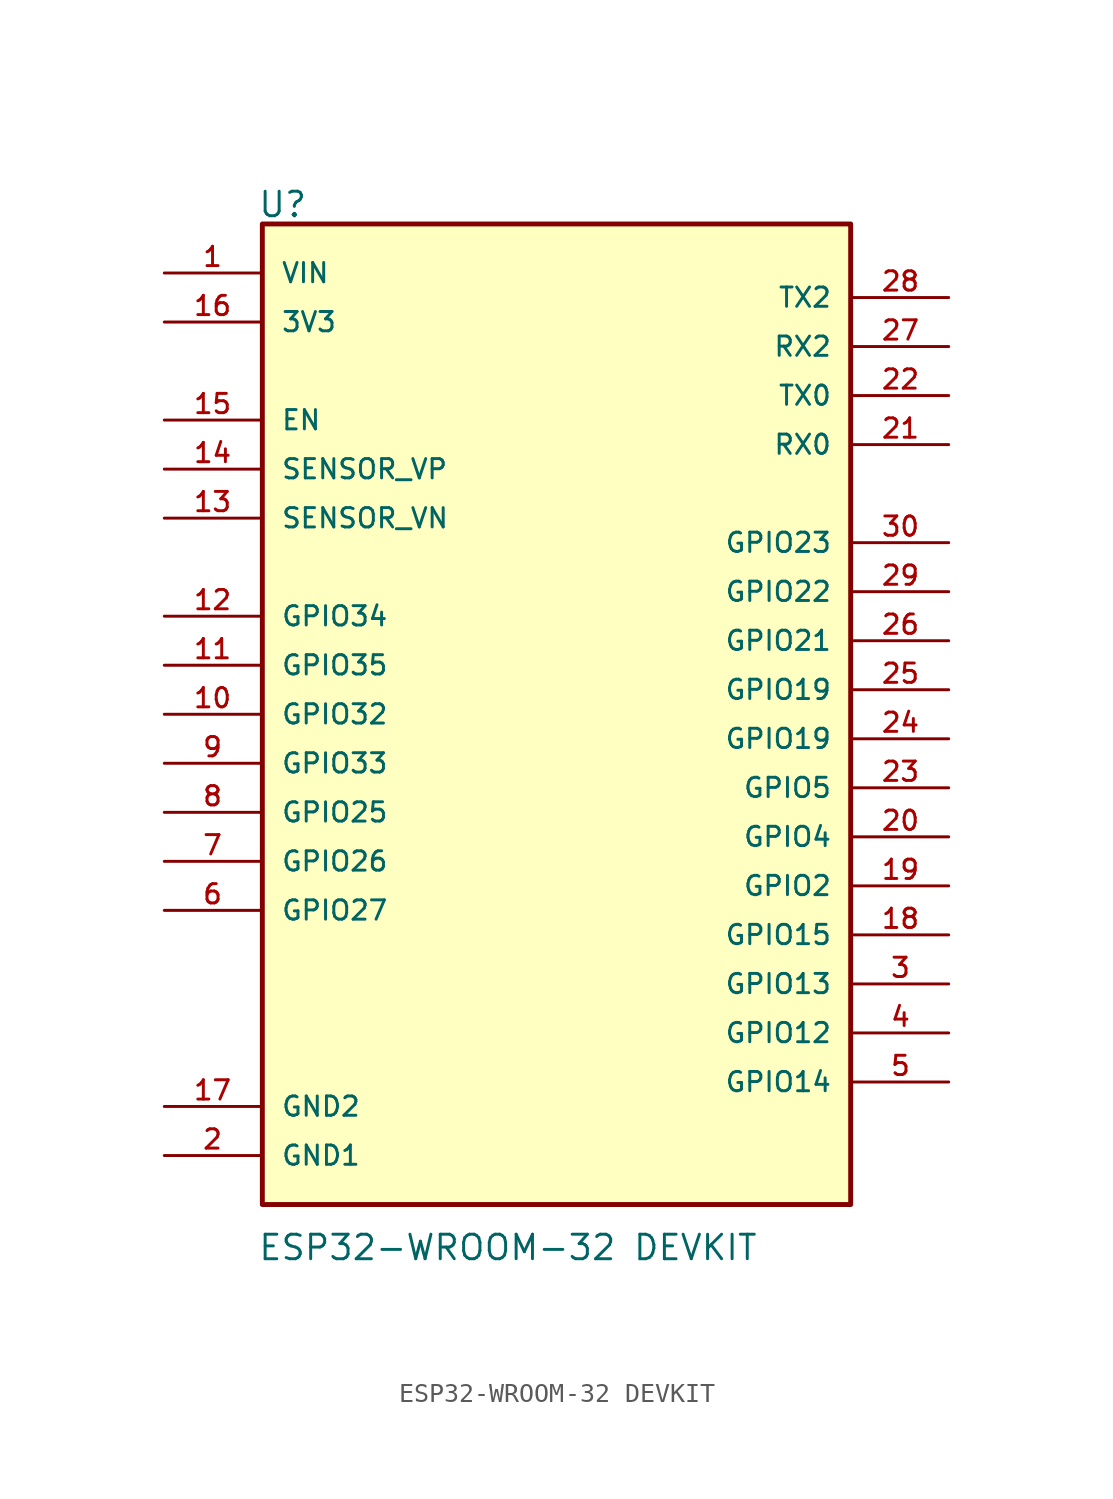
<source format=kicad_sym>
(kicad_symbol_lib
  (version 20211014)
  (generator kicad_symbol_editor)
  (symbol "ESP32-WROOM-32 DEVKIT"
    (pin_names
      (offset 1.016))
    (property "Reference" "U"
      (at -0.257 51.064 0)
      (effects (font (size 1.27 1.27)) (justify left bottom)))
    (property "Value" "ESP32-WROOM-32 DEVKIT"
      (at -0.256 -2.97 0)
      (effects (font (size 1.27 1.27)) (justify left bottom)))
    (symbol "ESP32-WROOM-32 DEVKIT_0_0"
      (rectangle (start 0 50.8) (end 30.48 0) (stroke (width 0.254) (type default) (color 0 0 0 0)) (fill (type background)))
      (pin power_in line (at -5.08 48.26 0) (length 5) (name "VIN" (effects (font (size 1 1)))) (number "1" (effects (font (size 1 1)))))
      (pin bidirectional line (at -5.08 25.4 0) (length 5) (name "GPIO32" (effects (font (size 1 1)))) (number "10" (effects (font (size 1 1)))))
      (pin bidirectional line (at -5.08 27.94 0) (length 5) (name "GPIO35" (effects (font (size 1 1)))) (number "11" (effects (font (size 1 1)))))
      (pin bidirectional line (at -5.08 30.48 0) (length 5) (name "GPIO34" (effects (font (size 1 1)))) (number "12" (effects (font (size 1 1)))))
      (pin input line (at -5.08 35.56 0) (length 5) (name "SENSOR_VN" (effects (font (size 1 1)))) (number "13" (effects (font (size 1 1)))))
      (pin input line (at -5.08 38.1 0) (length 5) (name "SENSOR_VP" (effects (font (size 1 1)))) (number "14" (effects (font (size 1 1)))))
      (pin input line (at -5.08 40.64 0) (length 5) (name "EN" (effects (font (size 1 1)))) (number "15" (effects (font (size 1 1)))))
      (pin power_out line (at -5.08 45.72 0) (length 5) (name "3V3" (effects (font (size 1 1)))) (number "16" (effects (font (size 1 1)))))
      (pin power_in line (at -5.08 5.08 0) (length 5) (name "GND2" (effects (font (size 1 1)))) (number "17" (effects (font (size 1 1)))))
      (pin bidirectional line (at 35.56 13.97 180) (length 5) (name "GPIO15" (effects (font (size 1 1)))) (number "18" (effects (font (size 1 1)))))
      (pin bidirectional line (at 35.56 16.51 180) (length 5) (name "GPIO2" (effects (font (size 1 1)))) (number "19" (effects (font (size 1 1)))))
      (pin power_in line (at -5.08 2.54 0) (length 5) (name "GND1" (effects (font (size 1 1)))) (number "2" (effects (font (size 1 1)))))
      (pin bidirectional line (at 35.56 19.05 180) (length 5) (name "GPIO4" (effects (font (size 1 1)))) (number "20" (effects (font (size 1 1)))))
      (pin bidirectional line (at 35.56 39.37 180) (length 5) (name "RX0" (effects (font (size 1 1)))) (number "21" (effects (font (size 1 1)))))
      (pin bidirectional line (at 35.56 41.91 180) (length 5) (name "TX0" (effects (font (size 1 1)))) (number "22" (effects (font (size 1 1)))))
      (pin bidirectional line (at 35.56 21.59 180) (length 5) (name "GPIO5" (effects (font (size 1 1)))) (number "23" (effects (font (size 1 1)))))
      (pin bidirectional line (at 35.56 24.13 180) (length 5) (name "GPIO19" (effects (font (size 1 1)))) (number "24" (effects (font (size 1 1)))))
      (pin bidirectional line (at 35.56 26.67 180) (length 5) (name "GPIO19" (effects (font (size 1 1)))) (number "25" (effects (font (size 1 1)))))
      (pin bidirectional line (at 35.56 29.21 180) (length 5) (name "GPIO21" (effects (font (size 1 1)))) (number "26" (effects (font (size 1 1)))))
      (pin bidirectional line (at 35.56 44.45 180) (length 5) (name "RX2" (effects (font (size 1 1)))) (number "27" (effects (font (size 1 1)))))
      (pin bidirectional line (at 35.56 46.99 180) (length 5) (name "TX2" (effects (font (size 1 1)))) (number "28" (effects (font (size 1 1)))))
      (pin bidirectional line (at 35.56 31.75 180) (length 5) (name "GPIO22" (effects (font (size 1 1)))) (number "29" (effects (font (size 1 1)))))
      (pin bidirectional line (at 35.56 11.43 180) (length 5) (name "GPIO13" (effects (font (size 1 1)))) (number "3" (effects (font (size 1 1)))))
      (pin bidirectional line (at 35.56 34.29 180) (length 5) (name "GPIO23" (effects (font (size 1 1)))) (number "30" (effects (font (size 1 1)))))
      (pin bidirectional line (at 35.56 8.89 180) (length 5) (name "GPIO12" (effects (font (size 1 1)))) (number "4" (effects (font (size 1 1)))))
      (pin bidirectional line (at 35.56 6.35 180) (length 5) (name "GPIO14" (effects (font (size 1 1)))) (number "5" (effects (font (size 1 1)))))
      (pin bidirectional line (at -5.08 15.24 0) (length 5) (name "GPIO27" (effects (font (size 1 1)))) (number "6" (effects (font (size 1 1)))))
      (pin bidirectional line (at -5.08 17.78 0) (length 5) (name "GPIO26" (effects (font (size 1 1)))) (number "7" (effects (font (size 1 1)))))
      (pin bidirectional line (at -5.08 20.32 0) (length 5) (name "GPIO25" (effects (font (size 1 1)))) (number "8" (effects (font (size 1 1)))))
      (pin bidirectional line (at -5.08 22.86 0) (length 5) (name "GPIO33" (effects (font (size 1 1)))) (number "9" (effects (font (size 1 1))))))))
</source>
